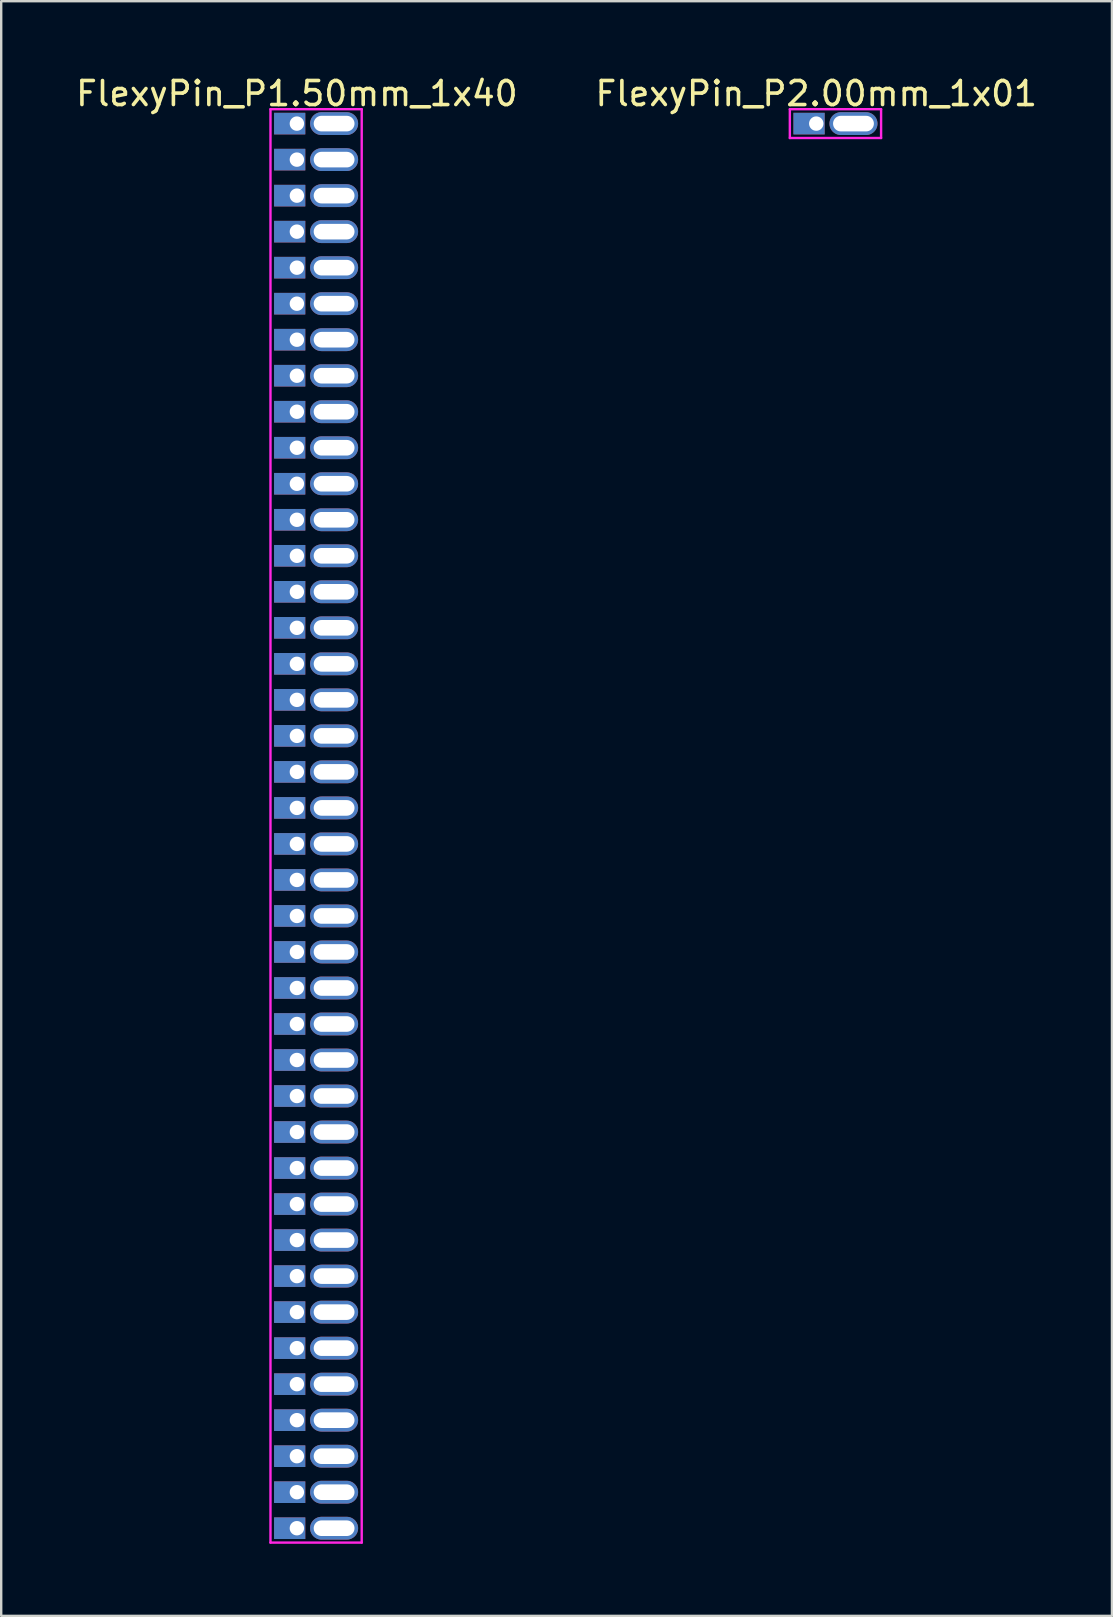
<source format=kicad_pcb>
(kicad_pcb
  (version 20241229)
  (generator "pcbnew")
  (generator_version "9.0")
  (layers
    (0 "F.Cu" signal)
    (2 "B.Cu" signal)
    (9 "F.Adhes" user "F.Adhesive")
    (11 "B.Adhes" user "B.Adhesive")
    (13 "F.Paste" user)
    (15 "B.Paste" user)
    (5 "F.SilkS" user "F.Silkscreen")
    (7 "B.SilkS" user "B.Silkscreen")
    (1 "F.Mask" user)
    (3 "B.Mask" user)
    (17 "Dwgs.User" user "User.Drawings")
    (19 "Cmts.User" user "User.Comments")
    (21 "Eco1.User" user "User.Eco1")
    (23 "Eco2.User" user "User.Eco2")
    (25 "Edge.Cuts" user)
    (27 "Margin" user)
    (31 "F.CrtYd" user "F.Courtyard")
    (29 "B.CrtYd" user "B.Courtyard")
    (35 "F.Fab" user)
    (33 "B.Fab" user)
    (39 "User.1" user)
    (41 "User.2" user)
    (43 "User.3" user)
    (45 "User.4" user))
  (footprint "FlexyPin_P1.50mm_1x40"
    (layer "F.Cu")
    (at 9.315 2.098)
    (property "Reference" "FlexyPin_P1.50mm_1x40" (at 0 -1.25 0) (layer "F.SilkS") (effects (font (size 1 1) (thickness 0.15))))
    (attr through_hole)
    (fp_line (start -1.1 -0.6) (end 2.7 -0.6) (stroke (width 0.1) (type solid)) (layer "F.CrtYd"))
    (fp_line (start -1.1 59.1) (end -1.1 -0.6) (stroke (width 0.1) (type solid)) (layer "F.CrtYd"))
    (fp_line (start 2.7 -0.6) (end 2.7 59.1) (stroke (width 0.1) (type solid)) (layer "F.CrtYd"))
    (fp_line (start 2.7 59.1) (end -1.1 59.1) (stroke (width 0.1) (type solid)) (layer "F.CrtYd"))
    (pad "" thru_hole oval (at 1.55 0) (size 2 0.95) (drill oval 1.7 0.65) (layers "*.Cu" "*.Mask"))
    (pad "" thru_hole oval (at 1.55 1.5) (size 2 0.95) (drill oval 1.7 0.65) (layers "*.Cu" "*.Mask"))
    (pad "" thru_hole oval (at 1.55 3) (size 2 0.95) (drill oval 1.7 0.65) (layers "*.Cu" "*.Mask"))
    (pad "" thru_hole oval (at 1.55 4.5) (size 2 0.95) (drill oval 1.7 0.65) (layers "*.Cu" "*.Mask"))
    (pad "" thru_hole oval (at 1.55 6) (size 2 0.95) (drill oval 1.7 0.65) (layers "*.Cu" "*.Mask"))
    (pad "" thru_hole oval (at 1.55 7.5) (size 2 0.95) (drill oval 1.7 0.65) (layers "*.Cu" "*.Mask"))
    (pad "" thru_hole oval (at 1.55 9) (size 2 0.95) (drill oval 1.7 0.65) (layers "*.Cu" "*.Mask"))
    (pad "" thru_hole oval (at 1.55 10.5) (size 2 0.95) (drill oval 1.7 0.65) (layers "*.Cu" "*.Mask"))
    (pad "" thru_hole oval (at 1.55 12) (size 2 0.95) (drill oval 1.7 0.65) (layers "*.Cu" "*.Mask"))
    (pad "" thru_hole oval (at 1.55 13.5) (size 2 0.95) (drill oval 1.7 0.65) (layers "*.Cu" "*.Mask"))
    (pad "" thru_hole oval (at 1.55 15) (size 2 0.95) (drill oval 1.7 0.65) (layers "*.Cu" "*.Mask"))
    (pad "" thru_hole oval (at 1.55 16.5) (size 2 0.95) (drill oval 1.7 0.65) (layers "*.Cu" "*.Mask"))
    (pad "" thru_hole oval (at 1.55 18) (size 2 0.95) (drill oval 1.7 0.65) (layers "*.Cu" "*.Mask"))
    (pad "" thru_hole oval (at 1.55 19.5) (size 2 0.95) (drill oval 1.7 0.65) (layers "*.Cu" "*.Mask"))
    (pad "" thru_hole oval (at 1.55 21) (size 2 0.95) (drill oval 1.7 0.65) (layers "*.Cu" "*.Mask"))
    (pad "" thru_hole oval (at 1.55 22.5) (size 2 0.95) (drill oval 1.7 0.65) (layers "*.Cu" "*.Mask"))
    (pad "" thru_hole oval (at 1.55 24) (size 2 0.95) (drill oval 1.7 0.65) (layers "*.Cu" "*.Mask"))
    (pad "" thru_hole oval (at 1.55 25.5) (size 2 0.95) (drill oval 1.7 0.65) (layers "*.Cu" "*.Mask"))
    (pad "" thru_hole oval (at 1.55 27) (size 2 0.95) (drill oval 1.7 0.65) (layers "*.Cu" "*.Mask"))
    (pad "" thru_hole oval (at 1.55 28.5) (size 2 0.95) (drill oval 1.7 0.65) (layers "*.Cu" "*.Mask"))
    (pad "" thru_hole oval (at 1.55 30) (size 2 0.95) (drill oval 1.7 0.65) (layers "*.Cu" "*.Mask"))
    (pad "" thru_hole oval (at 1.55 31.5) (size 2 0.95) (drill oval 1.7 0.65) (layers "*.Cu" "*.Mask"))
    (pad "" thru_hole oval (at 1.55 33) (size 2 0.95) (drill oval 1.7 0.65) (layers "*.Cu" "*.Mask"))
    (pad "" thru_hole oval (at 1.55 34.5) (size 2 0.95) (drill oval 1.7 0.65) (layers "*.Cu" "*.Mask"))
    (pad "" thru_hole oval (at 1.55 36) (size 2 0.95) (drill oval 1.7 0.65) (layers "*.Cu" "*.Mask"))
    (pad "" thru_hole oval (at 1.55 37.5) (size 2 0.95) (drill oval 1.7 0.65) (layers "*.Cu" "*.Mask"))
    (pad "" thru_hole oval (at 1.55 39) (size 2 0.95) (drill oval 1.7 0.65) (layers "*.Cu" "*.Mask"))
    (pad "" thru_hole oval (at 1.55 40.5) (size 2 0.95) (drill oval 1.7 0.65) (layers "*.Cu" "*.Mask"))
    (pad "" thru_hole oval (at 1.55 42) (size 2 0.95) (drill oval 1.7 0.65) (layers "*.Cu" "*.Mask"))
    (pad "" thru_hole oval (at 1.55 43.5) (size 2 0.95) (drill oval 1.7 0.65) (layers "*.Cu" "*.Mask"))
    (pad "" thru_hole oval (at 1.55 45) (size 2 0.95) (drill oval 1.7 0.65) (layers "*.Cu" "*.Mask"))
    (pad "" thru_hole oval (at 1.55 46.5) (size 2 0.95) (drill oval 1.7 0.65) (layers "*.Cu" "*.Mask"))
    (pad "" thru_hole oval (at 1.55 48) (size 2 0.95) (drill oval 1.7 0.65) (layers "*.Cu" "*.Mask"))
    (pad "" thru_hole oval (at 1.55 49.5) (size 2 0.95) (drill oval 1.7 0.65) (layers "*.Cu" "*.Mask"))
    (pad "" thru_hole oval (at 1.55 51) (size 2 0.95) (drill oval 1.7 0.65) (layers "*.Cu" "*.Mask"))
    (pad "" thru_hole oval (at 1.55 52.5) (size 2 0.95) (drill oval 1.7 0.65) (layers "*.Cu" "*.Mask"))
    (pad "" thru_hole oval (at 1.55 54) (size 2 0.95) (drill oval 1.7 0.65) (layers "*.Cu" "*.Mask"))
    (pad "" thru_hole oval (at 1.55 55.5) (size 2 0.95) (drill oval 1.7 0.65) (layers "*.Cu" "*.Mask"))
    (pad "" thru_hole oval (at 1.55 57) (size 2 0.95) (drill oval 1.7 0.65) (layers "*.Cu" "*.Mask"))
    (pad "" thru_hole oval (at 1.55 58.5) (size 2 0.95) (drill oval 1.7 0.65) (layers "*.Cu" "*.Mask"))
    (pad "1" thru_hole rect (at 0 0) (size 1.3 0.9) (drill 0.6 (offset -0.3 0)) (layers "*.Cu" "*.Mask"))
    (pad "2" thru_hole rect (at 0 1.5) (size 1.3 0.9) (drill 0.6 (offset -0.3 0)) (layers "*.Cu" "*.Mask"))
    (pad "3" thru_hole rect (at 0 3) (size 1.3 0.9) (drill 0.6 (offset -0.3 0)) (layers "*.Cu" "*.Mask"))
    (pad "4" thru_hole rect (at 0 4.5) (size 1.3 0.9) (drill 0.6 (offset -0.3 0)) (layers "*.Cu" "*.Mask"))
    (pad "5" thru_hole rect (at 0 6) (size 1.3 0.9) (drill 0.6 (offset -0.3 0)) (layers "*.Cu" "*.Mask"))
    (pad "6" thru_hole rect (at 0 7.5) (size 1.3 0.9) (drill 0.6 (offset -0.3 0)) (layers "*.Cu" "*.Mask"))
    (pad "7" thru_hole rect (at 0 9) (size 1.3 0.9) (drill 0.6 (offset -0.3 0)) (layers "*.Cu" "*.Mask"))
    (pad "8" thru_hole rect (at 0 10.5) (size 1.3 0.9) (drill 0.6 (offset -0.3 0)) (layers "*.Cu" "*.Mask"))
    (pad "9" thru_hole rect (at 0 12) (size 1.3 0.9) (drill 0.6 (offset -0.3 0)) (layers "*.Cu" "*.Mask"))
    (pad "10" thru_hole rect (at 0 13.5) (size 1.3 0.9) (drill 0.6 (offset -0.3 0)) (layers "*.Cu" "*.Mask"))
    (pad "11" thru_hole rect (at 0 15) (size 1.3 0.9) (drill 0.6 (offset -0.3 0)) (layers "*.Cu" "*.Mask"))
    (pad "12" thru_hole rect (at 0 16.5) (size 1.3 0.9) (drill 0.6 (offset -0.3 0)) (layers "*.Cu" "*.Mask"))
    (pad "13" thru_hole rect (at 0 18) (size 1.3 0.9) (drill 0.6 (offset -0.3 0)) (layers "*.Cu" "*.Mask"))
    (pad "14" thru_hole rect (at 0 19.5) (size 1.3 0.9) (drill 0.6 (offset -0.3 0)) (layers "*.Cu" "*.Mask"))
    (pad "15" thru_hole rect (at 0 21) (size 1.3 0.9) (drill 0.6 (offset -0.3 0)) (layers "*.Cu" "*.Mask"))
    (pad "16" thru_hole rect (at 0 22.5) (size 1.3 0.9) (drill 0.6 (offset -0.3 0)) (layers "*.Cu" "*.Mask"))
    (pad "17" thru_hole rect (at 0 24) (size 1.3 0.9) (drill 0.6 (offset -0.3 0)) (layers "*.Cu" "*.Mask"))
    (pad "18" thru_hole rect (at 0 25.5) (size 1.3 0.9) (drill 0.6 (offset -0.3 0)) (layers "*.Cu" "*.Mask"))
    (pad "19" thru_hole rect (at 0 27) (size 1.3 0.9) (drill 0.6 (offset -0.3 0)) (layers "*.Cu" "*.Mask"))
    (pad "20" thru_hole rect (at 0 28.5) (size 1.3 0.9) (drill 0.6 (offset -0.3 0)) (layers "*.Cu" "*.Mask"))
    (pad "21" thru_hole rect (at 0 30) (size 1.3 0.9) (drill 0.6 (offset -0.3 0)) (layers "*.Cu" "*.Mask"))
    (pad "22" thru_hole rect (at 0 31.5) (size 1.3 0.9) (drill 0.6 (offset -0.3 0)) (layers "*.Cu" "*.Mask"))
    (pad "23" thru_hole rect (at 0 33) (size 1.3 0.9) (drill 0.6 (offset -0.3 0)) (layers "*.Cu" "*.Mask"))
    (pad "24" thru_hole rect (at 0 34.5) (size 1.3 0.9) (drill 0.6 (offset -0.3 0)) (layers "*.Cu" "*.Mask"))
    (pad "25" thru_hole rect (at 0 36) (size 1.3 0.9) (drill 0.6 (offset -0.3 0)) (layers "*.Cu" "*.Mask"))
    (pad "26" thru_hole rect (at 0 37.5) (size 1.3 0.9) (drill 0.6 (offset -0.3 0)) (layers "*.Cu" "*.Mask"))
    (pad "27" thru_hole rect (at 0 39) (size 1.3 0.9) (drill 0.6 (offset -0.3 0)) (layers "*.Cu" "*.Mask"))
    (pad "28" thru_hole rect (at 0 40.5) (size 1.3 0.9) (drill 0.6 (offset -0.3 0)) (layers "*.Cu" "*.Mask"))
    (pad "29" thru_hole rect (at 0 42) (size 1.3 0.9) (drill 0.6 (offset -0.3 0)) (layers "*.Cu" "*.Mask"))
    (pad "30" thru_hole rect (at 0 43.5) (size 1.3 0.9) (drill 0.6 (offset -0.3 0)) (layers "*.Cu" "*.Mask"))
    (pad "31" thru_hole rect (at 0 45) (size 1.3 0.9) (drill 0.6 (offset -0.3 0)) (layers "*.Cu" "*.Mask"))
    (pad "32" thru_hole rect (at 0 46.5) (size 1.3 0.9) (drill 0.6 (offset -0.3 0)) (layers "*.Cu" "*.Mask"))
    (pad "33" thru_hole rect (at 0 48) (size 1.3 0.9) (drill 0.6 (offset -0.3 0)) (layers "*.Cu" "*.Mask"))
    (pad "34" thru_hole rect (at 0 49.5) (size 1.3 0.9) (drill 0.6 (offset -0.3 0)) (layers "*.Cu" "*.Mask"))
    (pad "35" thru_hole rect (at 0 51) (size 1.3 0.9) (drill 0.6 (offset -0.3 0)) (layers "*.Cu" "*.Mask"))
    (pad "36" thru_hole rect (at 0 52.5) (size 1.3 0.9) (drill 0.6 (offset -0.3 0)) (layers "*.Cu" "*.Mask"))
    (pad "37" thru_hole rect (at 0 54) (size 1.3 0.9) (drill 0.6 (offset -0.3 0)) (layers "*.Cu" "*.Mask"))
    (pad "38" thru_hole rect (at 0 55.5) (size 1.3 0.9) (drill 0.6 (offset -0.3 0)) (layers "*.Cu" "*.Mask"))
    (pad "39" thru_hole rect (at 0 57) (size 1.3 0.9) (drill 0.6 (offset -0.3 0)) (layers "*.Cu" "*.Mask"))
    (pad "40" thru_hole rect (at 0 58.5) (size 1.3 0.9) (drill 0.6 (offset -0.3 0)) (layers "*.Cu" "*.Mask")))
  (footprint "FlexyPin_P2.00mm_1x01"
    (layer "F.Cu")
    (at 30.946 2.098)
    (property "Reference" "FlexyPin_P2.00mm_1x01" (at 0 -1.25 0) (layer "F.SilkS") (effects (font (size 1 1) (thickness 0.15))))
    (attr through_hole)
    (fp_line (start -1.1 -0.6) (end 2.7 -0.6) (stroke (width 0.1) (type solid)) (layer "F.CrtYd"))
    (fp_line (start -1.1 0.6) (end -1.1 -0.6) (stroke (width 0.1) (type solid)) (layer "F.CrtYd"))
    (fp_line (start 2.7 -0.6) (end 2.7 0.6) (stroke (width 0.1) (type solid)) (layer "F.CrtYd"))
    (fp_line (start 2.7 0.6) (end -1.1 0.6) (stroke (width 0.1) (type solid)) (layer "F.CrtYd"))
    (pad "" thru_hole oval (at 1.55 0) (size 2 0.95) (drill oval 1.7 0.65) (layers "*.Cu" "*.Mask"))
    (pad "1" thru_hole rect (at 0 0) (size 1.3 0.9) (drill 0.6 (offset -0.3 0)) (layers "*.Cu" "*.Mask")))
  (gr_rect
    (start -3 -3)
    (end 43.262 64.248)
    (stroke (width 0.1) (type default))
    (fill no)
    (layer "Edge.Cuts")))
</source>
